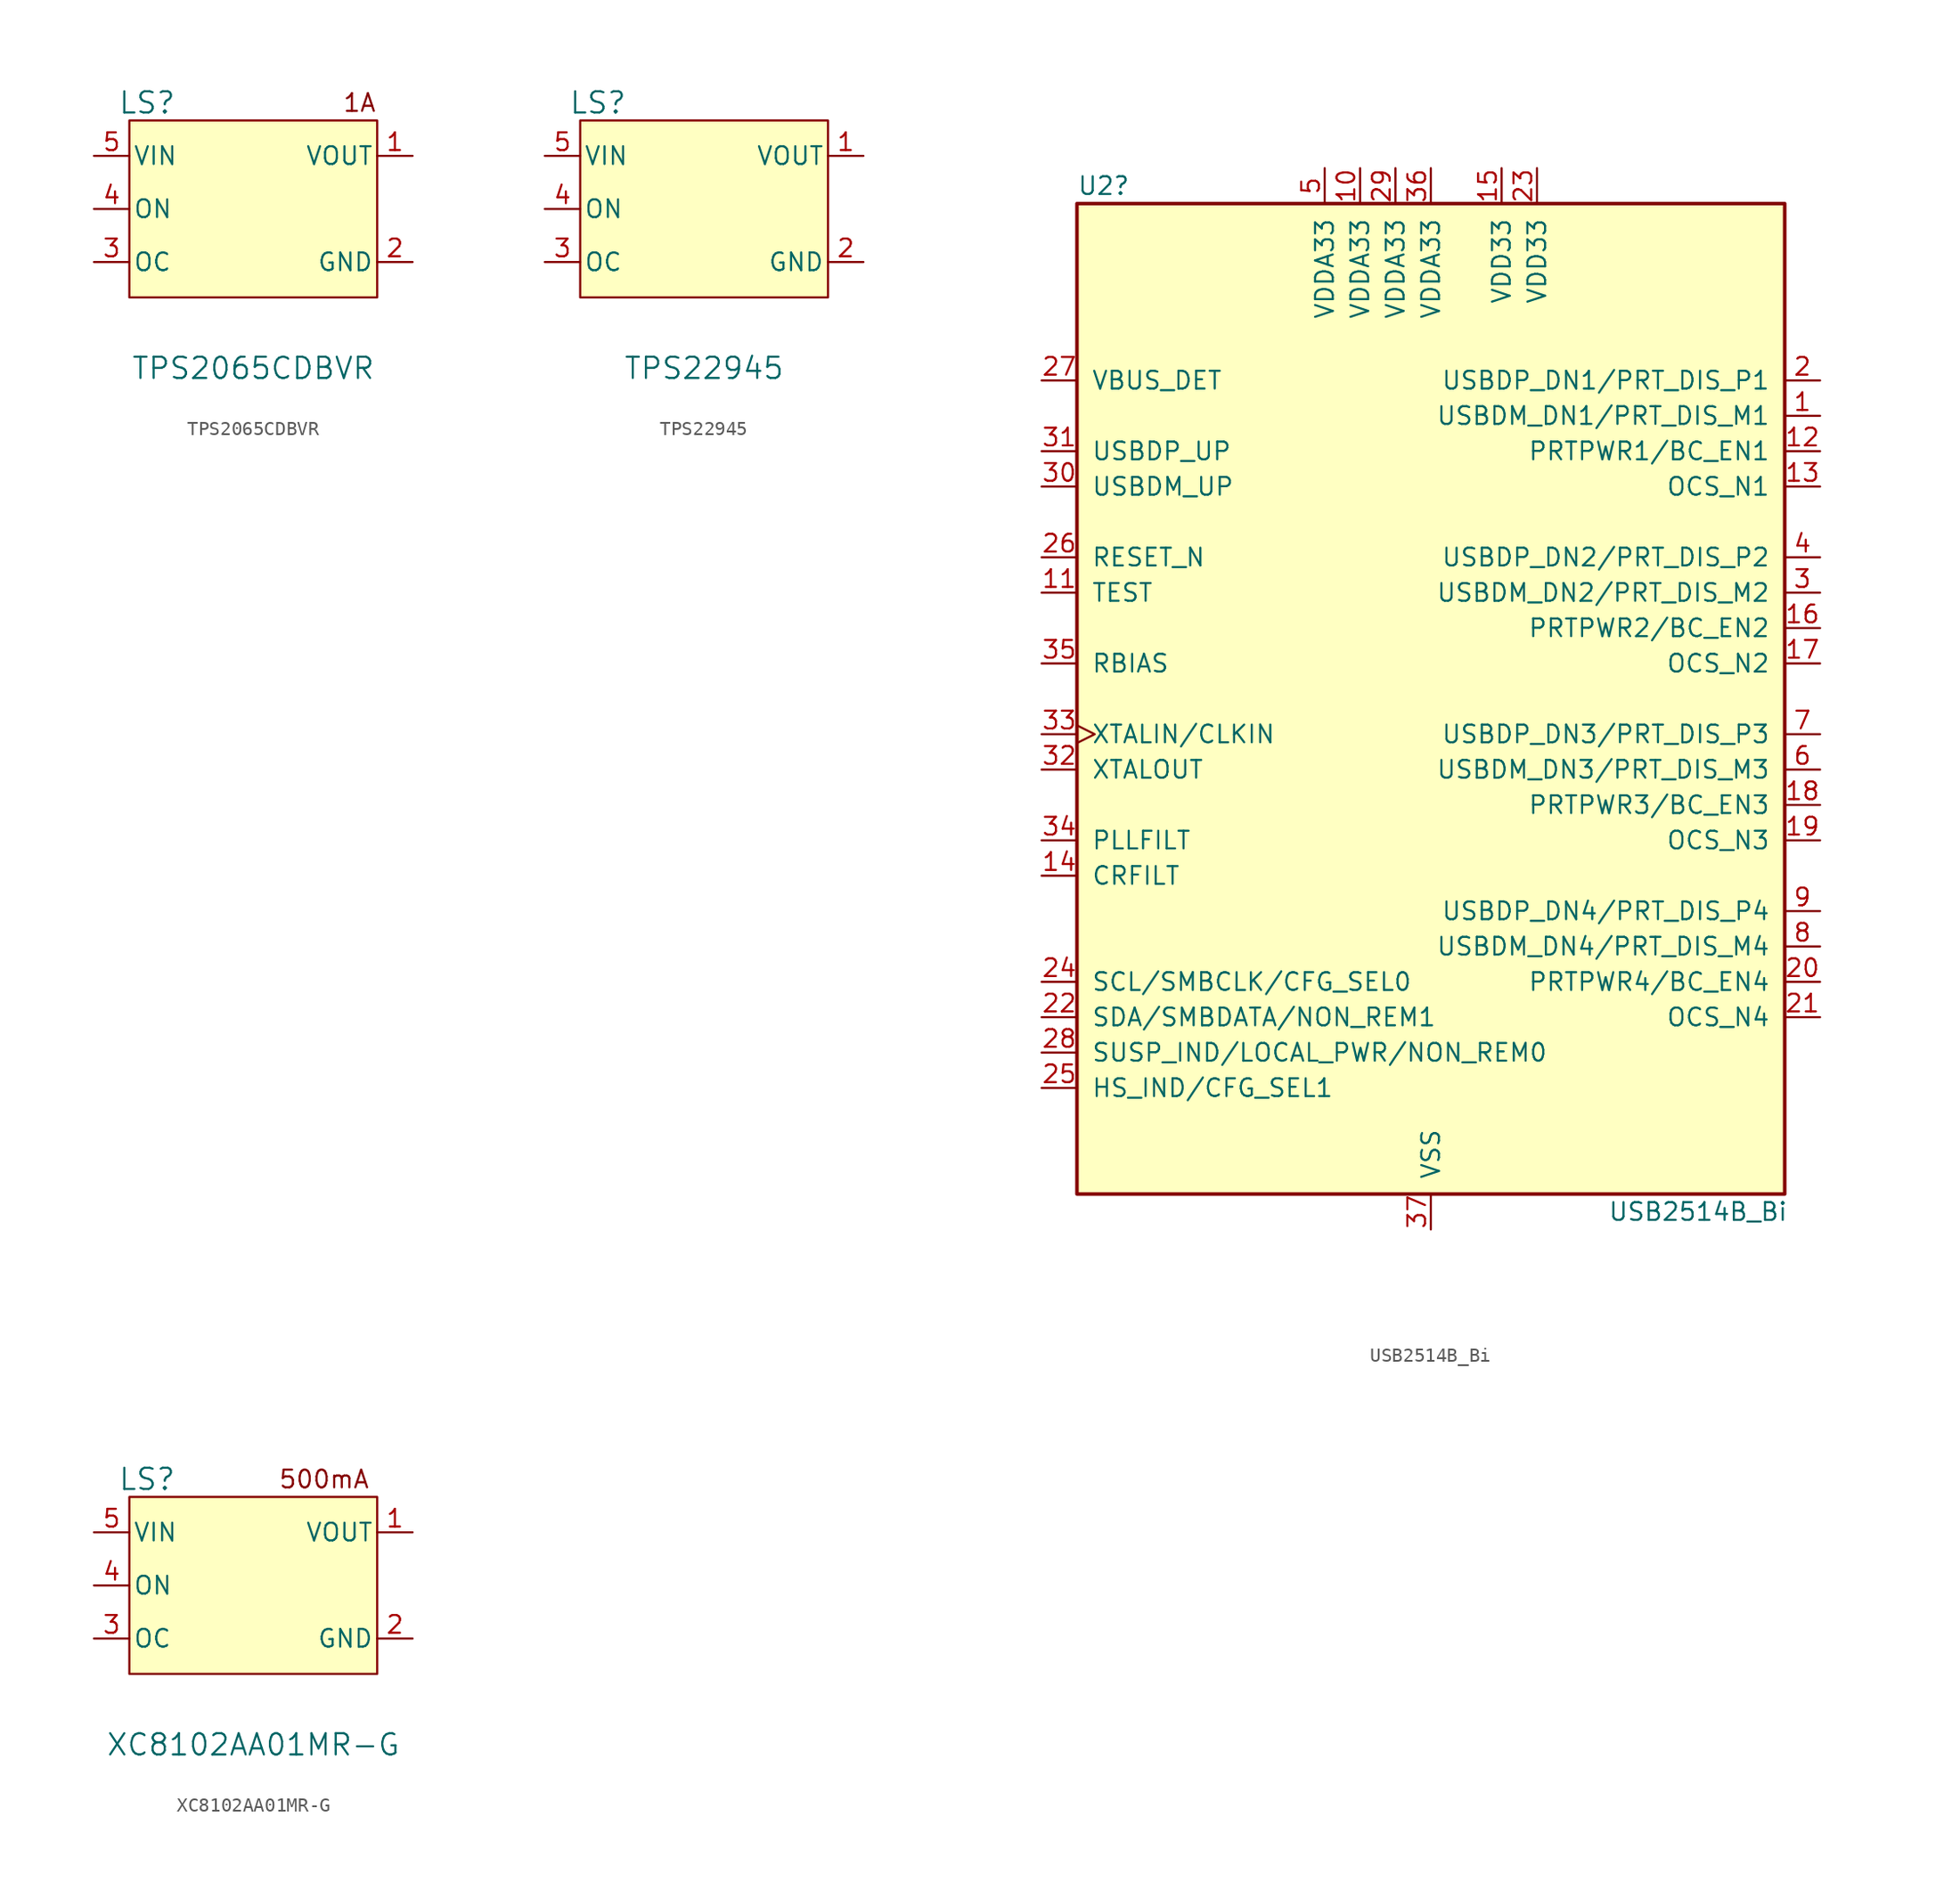
<source format=kicad_sym>
(kicad_symbol_lib
  (version 20220914)
  (generator kicad_symbol_editor)
  (symbol "TPS2065CDBVR"
    (pin_names
      (offset 0.254))
    (property "Reference" "LS"
      (at -7.62 8.89 0)
      (effects (font (size 1.524 1.524))))
    (property "Value" "TPS2065CDBVR"
      (at 0 -10.16 0)
      (effects (font (size 1.524 1.524))))
    (symbol "TPS2065CDBVR_0_1"
      (pin power_in line (at 11.43 5.08 180) (length 2.54) (name "VOUT" (effects (font (size 1.27 1.27)))) (number "1" (effects (font (size 1.27 1.27)))))
      (pin power_in line (at 11.43 -2.54 180) (length 2.54) (name "GND" (effects (font (size 1.27 1.27)))) (number "2" (effects (font (size 1.27 1.27)))))
      (pin output line (at -11.43 -2.54 0) (length 2.54) (name "OC" (effects (font (size 1.27 1.27)))) (number "3" (effects (font (size 1.27 1.27)))))
      (pin input line (at -11.43 1.27 0) (length 2.54) (name "ON" (effects (font (size 1.27 1.27)))) (number "4" (effects (font (size 1.27 1.27)))))
      (pin power_in line (at -11.43 5.08 0) (length 2.54) (name "VIN" (effects (font (size 1.27 1.27)))) (number "5" (effects (font (size 1.27 1.27))))))
    (symbol "TPS2065CDBVR_1_1"
      (rectangle (start -8.89 7.62) (end 8.89 -5.08) (stroke (width 0) (type default)) (fill (type background)))
      (text "1A" (at 7.62 8.89 0) (effects (font (size 1.27 1.27))))))
  (symbol "TPS22945"
    (pin_names
      (offset 0.254))
    (property "Reference" "LS"
      (at -7.62 8.89 0)
      (effects (font (size 1.524 1.524))))
    (property "Value" "TPS22945"
      (at 0 -10.16 0)
      (effects (font (size 1.524 1.524))))
    (symbol "TPS22945_0_1"
      (pin power_in line (at 11.43 5.08 180) (length 2.54) (name "VOUT" (effects (font (size 1.27 1.27)))) (number "1" (effects (font (size 1.27 1.27)))))
      (pin power_in line (at 11.43 -2.54 180) (length 2.54) (name "GND" (effects (font (size 1.27 1.27)))) (number "2" (effects (font (size 1.27 1.27)))))
      (pin output line (at -11.43 -2.54 0) (length 2.54) (name "OC" (effects (font (size 1.27 1.27)))) (number "3" (effects (font (size 1.27 1.27)))))
      (pin input line (at -11.43 1.27 0) (length 2.54) (name "ON" (effects (font (size 1.27 1.27)))) (number "4" (effects (font (size 1.27 1.27)))))
      (pin power_in line (at -11.43 5.08 0) (length 2.54) (name "VIN" (effects (font (size 1.27 1.27)))) (number "5" (effects (font (size 1.27 1.27))))))
    (symbol "TPS22945_1_1"
      (rectangle (start -8.89 7.62) (end 8.89 -5.08) (stroke (width 0) (type default)) (fill (type background)))))
  (symbol "USB2514B_Bi"
    (pin_names
      (offset 1.016))
    (property "Reference" "U2"
      (at -25.4 36.83 0)
      (effects (font (size 1.27 1.27)) (justify left)))
    (property "Value" "USB2514B_Bi"
      (at 12.7 -36.83 0)
      (effects (font (size 1.27 1.27)) (justify left)))
    (symbol "USB2514B_Bi_0_1"
      (rectangle (start -25.4 35.56) (end 25.4 -35.56) (stroke (width 0.254) (type default)) (fill (type background))))
    (symbol "USB2514B_Bi_1_1"
      (pin bidirectional line (at 27.94 20.32 180) (length 2.54) (name "USBDM_DN1/PRT_DIS_M1" (effects (font (size 1.27 1.27)))) (number "1" (effects (font (size 1.27 1.27)))))
      (pin power_in line (at -5.08 38.1 270) (length 2.54) (name "VDDA33" (effects (font (size 1.27 1.27)))) (number "10" (effects (font (size 1.27 1.27)))))
      (pin input line (at -27.94 7.62 0) (length 2.54) (name "TEST" (effects (font (size 1.27 1.27)))) (number "11" (effects (font (size 1.27 1.27)))))
      (pin bidirectional line (at 27.94 17.78 180) (length 2.54) (name "PRTPWR1/BC_EN1" (effects (font (size 1.27 1.27)))) (number "12" (effects (font (size 1.27 1.27)))))
      (pin input line (at 27.94 15.24 180) (length 2.54) (name "OCS_N1" (effects (font (size 1.27 1.27)))) (number "13" (effects (font (size 1.27 1.27)))))
      (pin input line (at -27.94 -12.7 0) (length 2.54) (name "CRFILT" (effects (font (size 1.27 1.27)))) (number "14" (effects (font (size 1.27 1.27)))))
      (pin power_in line (at 5.08 38.1 270) (length 2.54) (name "VDD33" (effects (font (size 1.27 1.27)))) (number "15" (effects (font (size 1.27 1.27)))))
      (pin bidirectional line (at 27.94 5.08 180) (length 2.54) (name "PRTPWR2/BC_EN2" (effects (font (size 1.27 1.27)))) (number "16" (effects (font (size 1.27 1.27)))))
      (pin input line (at 27.94 2.54 180) (length 2.54) (name "OCS_N2" (effects (font (size 1.27 1.27)))) (number "17" (effects (font (size 1.27 1.27)))))
      (pin bidirectional line (at 27.94 -7.62 180) (length 2.54) (name "PRTPWR3/BC_EN3" (effects (font (size 1.27 1.27)))) (number "18" (effects (font (size 1.27 1.27)))))
      (pin input line (at 27.94 -10.16 180) (length 2.54) (name "OCS_N3" (effects (font (size 1.27 1.27)))) (number "19" (effects (font (size 1.27 1.27)))))
      (pin bidirectional line (at 27.94 22.86 180) (length 2.54) (name "USBDP_DN1/PRT_DIS_P1" (effects (font (size 1.27 1.27)))) (number "2" (effects (font (size 1.27 1.27)))))
      (pin bidirectional line (at 27.94 -20.32 180) (length 2.54) (name "PRTPWR4/BC_EN4" (effects (font (size 1.27 1.27)))) (number "20" (effects (font (size 1.27 1.27)))))
      (pin input line (at 27.94 -22.86 180) (length 2.54) (name "OCS_N4" (effects (font (size 1.27 1.27)))) (number "21" (effects (font (size 1.27 1.27)))))
      (pin bidirectional line (at -27.94 -22.86 0) (length 2.54) (name "SDA/SMBDATA/NON_REM1" (effects (font (size 1.27 1.27)))) (number "22" (effects (font (size 1.27 1.27)))))
      (pin power_in line (at 7.62 38.1 270) (length 2.54) (name "VDD33" (effects (font (size 1.27 1.27)))) (number "23" (effects (font (size 1.27 1.27)))))
      (pin bidirectional line (at -27.94 -20.32 0) (length 2.54) (name "SCL/SMBCLK/CFG_SEL0" (effects (font (size 1.27 1.27)))) (number "24" (effects (font (size 1.27 1.27)))))
      (pin bidirectional line (at -27.94 -27.94 0) (length 2.54) (name "HS_IND/CFG_SEL1" (effects (font (size 1.27 1.27)))) (number "25" (effects (font (size 1.27 1.27)))))
      (pin input line (at -27.94 10.16 0) (length 2.54) (name "RESET_N" (effects (font (size 1.27 1.27)))) (number "26" (effects (font (size 1.27 1.27)))))
      (pin input line (at -27.94 22.86 0) (length 2.54) (name "VBUS_DET" (effects (font (size 1.27 1.27)))) (number "27" (effects (font (size 1.27 1.27)))))
      (pin bidirectional line (at -27.94 -25.4 0) (length 2.54) (name "SUSP_IND/LOCAL_PWR/NON_REM0" (effects (font (size 1.27 1.27)))) (number "28" (effects (font (size 1.27 1.27)))))
      (pin power_in line (at -2.54 38.1 270) (length 2.54) (name "VDDA33" (effects (font (size 1.27 1.27)))) (number "29" (effects (font (size 1.27 1.27)))))
      (pin bidirectional line (at 27.94 7.62 180) (length 2.54) (name "USBDM_DN2/PRT_DIS_M2" (effects (font (size 1.27 1.27)))) (number "3" (effects (font (size 1.27 1.27)))))
      (pin bidirectional line (at -27.94 15.24 0) (length 2.54) (name "USBDM_UP" (effects (font (size 1.27 1.27)))) (number "30" (effects (font (size 1.27 1.27)))))
      (pin bidirectional line (at -27.94 17.78 0) (length 2.54) (name "USBDP_UP" (effects (font (size 1.27 1.27)))) (number "31" (effects (font (size 1.27 1.27)))))
      (pin output line (at -27.94 -5.08 0) (length 2.54) (name "XTALOUT" (effects (font (size 1.27 1.27)))) (number "32" (effects (font (size 1.27 1.27)))))
      (pin input clock (at -27.94 -2.54 0) (length 2.54) (name "XTALIN/CLKIN" (effects (font (size 1.27 1.27)))) (number "33" (effects (font (size 1.27 1.27)))))
      (pin input line (at -27.94 -10.16 0) (length 2.54) (name "PLLFILT" (effects (font (size 1.27 1.27)))) (number "34" (effects (font (size 1.27 1.27)))))
      (pin input line (at -27.94 2.54 0) (length 2.54) (name "RBIAS" (effects (font (size 1.27 1.27)))) (number "35" (effects (font (size 1.27 1.27)))))
      (pin power_in line (at 0 38.1 270) (length 2.54) (name "VDDA33" (effects (font (size 1.27 1.27)))) (number "36" (effects (font (size 1.27 1.27)))))
      (pin power_in line (at 0 -38.1 90) (length 2.54) (name "VSS" (effects (font (size 1.27 1.27)))) (number "37" (effects (font (size 1.27 1.27)))))
      (pin bidirectional line (at 27.94 10.16 180) (length 2.54) (name "USBDP_DN2/PRT_DIS_P2" (effects (font (size 1.27 1.27)))) (number "4" (effects (font (size 1.27 1.27)))))
      (pin power_in line (at -7.62 38.1 270) (length 2.54) (name "VDDA33" (effects (font (size 1.27 1.27)))) (number "5" (effects (font (size 1.27 1.27)))))
      (pin bidirectional line (at 27.94 -5.08 180) (length 2.54) (name "USBDM_DN3/PRT_DIS_M3" (effects (font (size 1.27 1.27)))) (number "6" (effects (font (size 1.27 1.27)))))
      (pin bidirectional line (at 27.94 -2.54 180) (length 2.54) (name "USBDP_DN3/PRT_DIS_P3" (effects (font (size 1.27 1.27)))) (number "7" (effects (font (size 1.27 1.27)))))
      (pin bidirectional line (at 27.94 -17.78 180) (length 2.54) (name "USBDM_DN4/PRT_DIS_M4" (effects (font (size 1.27 1.27)))) (number "8" (effects (font (size 1.27 1.27)))))
      (pin bidirectional line (at 27.94 -15.24 180) (length 2.54) (name "USBDP_DN4/PRT_DIS_P4" (effects (font (size 1.27 1.27)))) (number "9" (effects (font (size 1.27 1.27)))))))
  (symbol "XC8102AA01MR-G"
    (pin_names
      (offset 0.254))
    (property "Reference" "LS"
      (at -7.62 8.89 0)
      (effects (font (size 1.524 1.524))))
    (property "Value" "XC8102AA01MR-G"
      (at 0 -10.16 0)
      (effects (font (size 1.524 1.524))))
    (symbol "XC8102AA01MR-G_0_1"
      (pin power_in line (at 11.43 5.08 180) (length 2.54) (name "VOUT" (effects (font (size 1.27 1.27)))) (number "1" (effects (font (size 1.27 1.27)))))
      (pin power_in line (at 11.43 -2.54 180) (length 2.54) (name "GND" (effects (font (size 1.27 1.27)))) (number "2" (effects (font (size 1.27 1.27)))))
      (pin output line (at -11.43 -2.54 0) (length 2.54) (name "OC" (effects (font (size 1.27 1.27)))) (number "3" (effects (font (size 1.27 1.27)))))
      (pin input line (at -11.43 1.27 0) (length 2.54) (name "ON" (effects (font (size 1.27 1.27)))) (number "4" (effects (font (size 1.27 1.27)))))
      (pin power_in line (at -11.43 5.08 0) (length 2.54) (name "VIN" (effects (font (size 1.27 1.27)))) (number "5" (effects (font (size 1.27 1.27))))))
    (symbol "XC8102AA01MR-G_1_1"
      (rectangle (start -8.89 7.62) (end 8.89 -5.08) (stroke (width 0) (type default)) (fill (type background)))
      (text "500mA" (at 5.08 8.89 0) (effects (font (size 1.27 1.27)))))))
</source>
